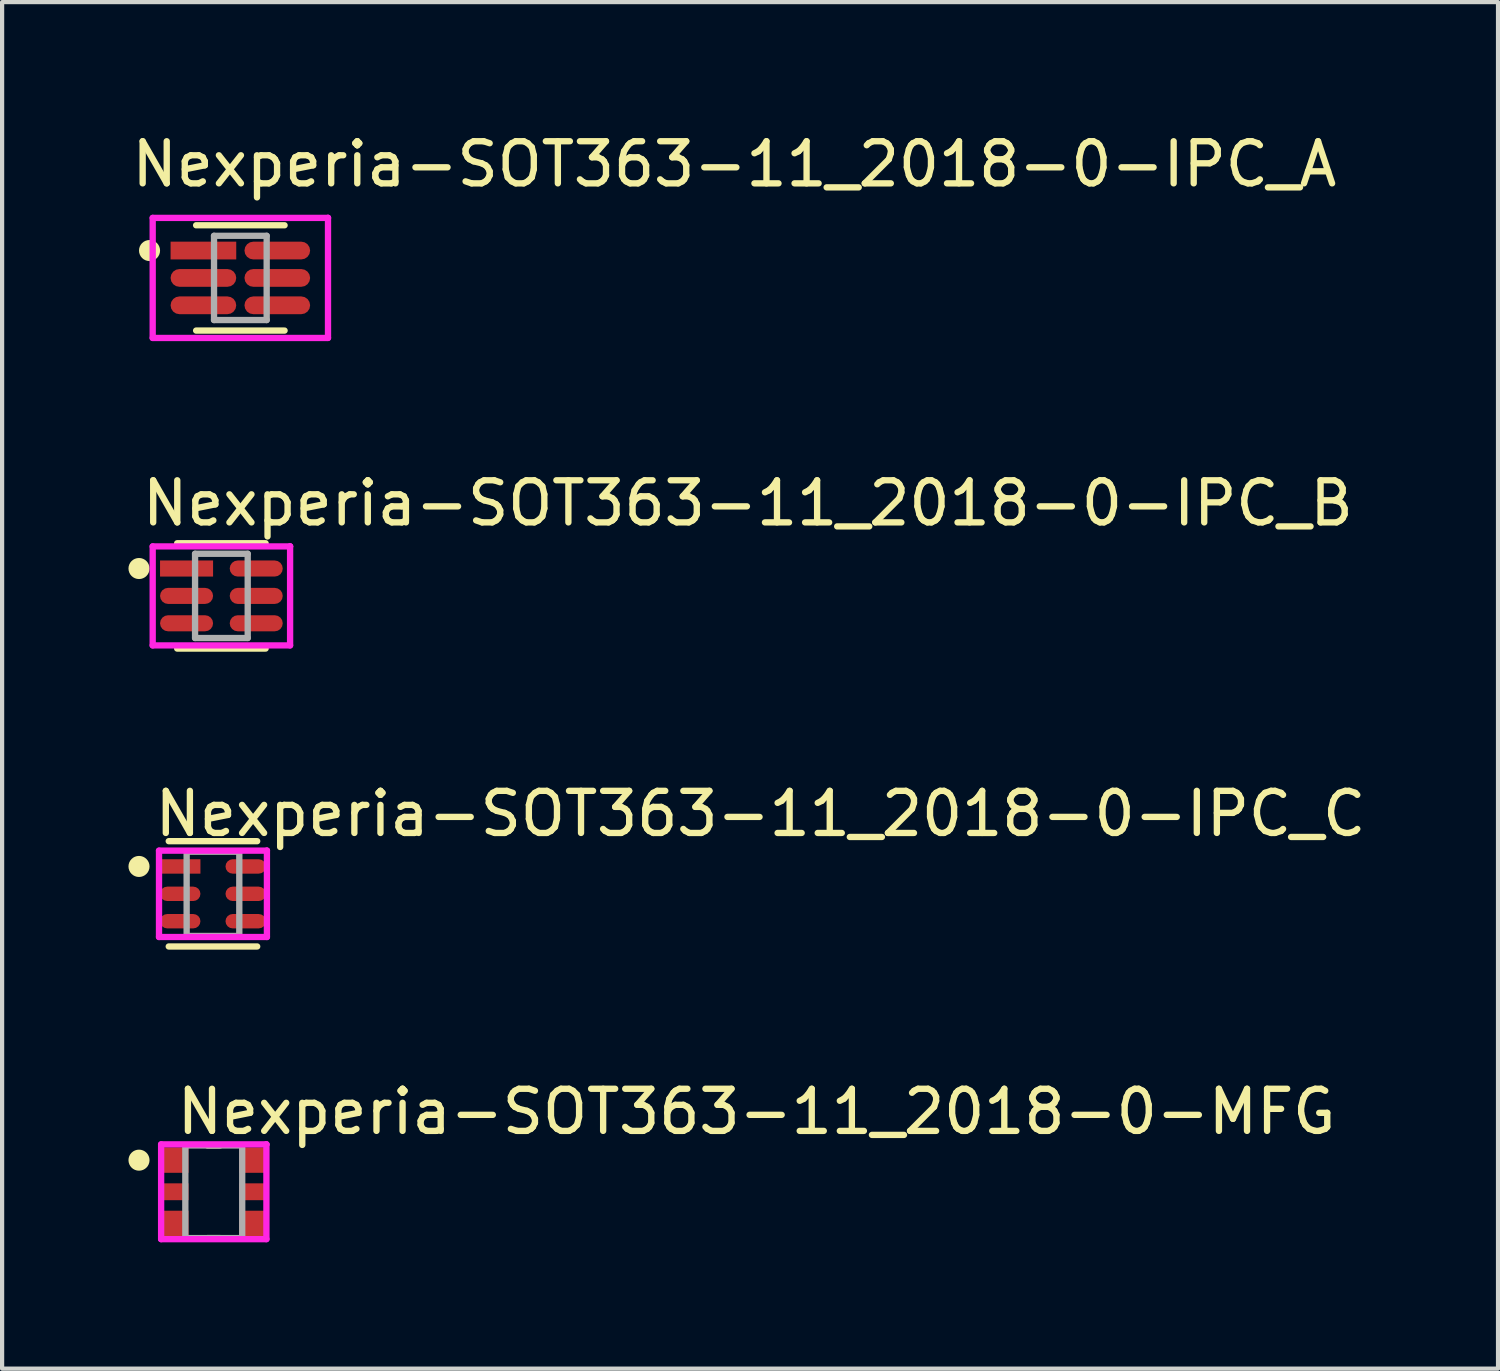
<source format=kicad_pcb>
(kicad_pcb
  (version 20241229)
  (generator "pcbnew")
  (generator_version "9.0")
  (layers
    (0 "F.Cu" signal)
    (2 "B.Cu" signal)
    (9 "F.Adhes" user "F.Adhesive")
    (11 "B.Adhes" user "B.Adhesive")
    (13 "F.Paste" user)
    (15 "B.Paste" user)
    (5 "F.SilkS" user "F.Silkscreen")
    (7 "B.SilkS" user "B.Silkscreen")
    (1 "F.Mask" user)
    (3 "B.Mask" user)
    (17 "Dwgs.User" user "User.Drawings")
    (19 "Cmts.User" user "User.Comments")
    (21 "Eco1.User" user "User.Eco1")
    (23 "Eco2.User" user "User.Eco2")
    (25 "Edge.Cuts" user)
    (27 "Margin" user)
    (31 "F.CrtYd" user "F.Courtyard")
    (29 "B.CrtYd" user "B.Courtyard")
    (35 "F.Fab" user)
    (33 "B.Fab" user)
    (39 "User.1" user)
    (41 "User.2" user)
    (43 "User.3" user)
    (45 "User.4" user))
  (footprint "Nexperia-SOT363-11_2018-0-IPC_C"
    (layer "F.Cu")
    (at 2.006 18.17)
    (property "Reference" "Nexperia-SOT363-11_2018-0-IPC_C" (at -1.456 -1.9 0) (layer "F.SilkS") (effects (font (size 1 1) (thickness 0.15)) (justify left)))
    (attr through_hole)
    (fp_line (start -1.05 -1.25) (end 1.05 -1.25) (stroke (width 0.15) (type solid)) (layer "F.SilkS"))
    (fp_line (start -1.05 1.25) (end 1.05 1.25) (stroke (width 0.15) (type solid)) (layer "F.SilkS"))
    (fp_circle (center -1.756 -0.65) (end -1.631 -0.65) (stroke (width 0.25) (type solid)) (fill no) (layer "F.SilkS"))
    (fp_line (start -1.281 -1.025) (end -1.281 1.025) (stroke (width 0.15) (type solid)) (layer "F.CrtYd"))
    (fp_line (start -1.281 1.025) (end 1.281 1.025) (stroke (width 0.15) (type solid)) (layer "F.CrtYd"))
    (fp_line (start 1.281 -1.025) (end -1.281 -1.025) (stroke (width 0.15) (type solid)) (layer "F.CrtYd"))
    (fp_line (start 1.281 -1.025) (end 1.281 -1.025) (stroke (width 0.15) (type solid)) (layer "F.CrtYd"))
    (fp_line (start 1.281 1.025) (end 1.281 -1.025) (stroke (width 0.15) (type solid)) (layer "F.CrtYd"))
    (fp_line (start -0.625 -1) (end 0.625 -1) (stroke (width 0.15) (type solid)) (layer "F.Fab"))
    (fp_line (start -0.625 1) (end -0.625 -1) (stroke (width 0.15) (type solid)) (layer "F.Fab"))
    (fp_line (start 0.625 -1) (end 0.625 1) (stroke (width 0.15) (type solid)) (layer "F.Fab"))
    (fp_line (start 0.625 1) (end -0.625 1) (stroke (width 0.15) (type solid)) (layer "F.Fab"))
    (pad "1" smd rect (at -0.777 -0.65) (size 0.959 0.342) (layers "F.Cu" "F.Mask" "F.Paste"))
    (pad "2" smd roundrect (at -0.777 0) (size 0.959 0.342) (layers "F.Cu" "F.Mask" "F.Paste") (roundrect_rratio 0.5))
    (pad "3" smd roundrect (at -0.777 0.65) (size 0.959 0.342) (layers "F.Cu" "F.Mask" "F.Paste") (roundrect_rratio 0.5))
    (pad "4" smd roundrect (at 0.777 0.65) (size 0.959 0.342) (layers "F.Cu" "F.Mask" "F.Paste") (roundrect_rratio 0.5))
    (pad "5" smd roundrect (at 0.777 0) (size 0.959 0.342) (layers "F.Cu" "F.Mask" "F.Paste") (roundrect_rratio 0.5))
    (pad "6" smd roundrect (at 0.777 -0.65) (size 0.959 0.342) (layers "F.Cu" "F.Mask" "F.Paste") (roundrect_rratio 0.5)))
  (footprint "Nexperia-SOT363-11_2018-0-IPC_B"
    (layer "F.Cu")
    (at 2.206 11.097)
    (property "Reference" "Nexperia-SOT363-11_2018-0-IPC_B" (at -1.956 -2.2 0) (layer "F.SilkS") (effects (font (size 1 1) (thickness 0.15)) (justify left)))
    (attr through_hole)
    (fp_line (start -1.05 -1.25) (end 1.05 -1.25) (stroke (width 0.15) (type solid)) (layer "F.SilkS"))
    (fp_line (start -1.05 1.25) (end 1.05 1.25) (stroke (width 0.15) (type solid)) (layer "F.SilkS"))
    (fp_circle (center -1.956 -0.65) (end -1.831 -0.65) (stroke (width 0.25) (type solid)) (fill no) (layer "F.SilkS"))
    (fp_line (start -1.631 -1.175) (end -1.631 1.175) (stroke (width 0.15) (type solid)) (layer "F.CrtYd"))
    (fp_line (start -1.631 1.175) (end 1.631 1.175) (stroke (width 0.15) (type solid)) (layer "F.CrtYd"))
    (fp_line (start 1.631 -1.175) (end -1.631 -1.175) (stroke (width 0.15) (type solid)) (layer "F.CrtYd"))
    (fp_line (start 1.631 -1.175) (end 1.631 -1.175) (stroke (width 0.15) (type solid)) (layer "F.CrtYd"))
    (fp_line (start 1.631 1.175) (end 1.631 -1.175) (stroke (width 0.15) (type solid)) (layer "F.CrtYd"))
    (fp_line (start -0.625 -1) (end 0.625 -1) (stroke (width 0.15) (type solid)) (layer "F.Fab"))
    (fp_line (start -0.625 1) (end -0.625 -1) (stroke (width 0.15) (type solid)) (layer "F.Fab"))
    (fp_line (start 0.625 -1) (end 0.625 1) (stroke (width 0.15) (type solid)) (layer "F.Fab"))
    (fp_line (start 0.625 1) (end -0.625 1) (stroke (width 0.15) (type solid)) (layer "F.Fab"))
    (pad "1" smd rect (at -0.827 -0.65) (size 1.259 0.382) (layers "F.Cu" "F.Mask" "F.Paste"))
    (pad "2" smd roundrect (at -0.827 0) (size 1.259 0.382) (layers "F.Cu" "F.Mask" "F.Paste") (roundrect_rratio 0.5))
    (pad "3" smd roundrect (at -0.827 0.65) (size 1.259 0.382) (layers "F.Cu" "F.Mask" "F.Paste") (roundrect_rratio 0.5))
    (pad "4" smd roundrect (at 0.827 0.65) (size 1.259 0.382) (layers "F.Cu" "F.Mask" "F.Paste") (roundrect_rratio 0.5))
    (pad "5" smd roundrect (at 0.827 0) (size 1.259 0.382) (layers "F.Cu" "F.Mask" "F.Paste") (roundrect_rratio 0.5))
    (pad "6" smd roundrect (at 0.827 -0.65) (size 1.259 0.382) (layers "F.Cu" "F.Mask" "F.Paste") (roundrect_rratio 0.5)))
  (footprint "Nexperia-SOT363-11_2018-0-MFG"
    (layer "F.Cu")
    (at 2.025 25.243)
    (property "Reference" "Nexperia-SOT363-11_2018-0-MFG" (at -0.95 -1.9 0) (layer "F.SilkS") (effects (font (size 1 1) (thickness 0.15)) (justify left)))
    (attr through_hole)
    (fp_line (start -0.15 -1.1) (end 0.15 -1.1) (stroke (width 0.15) (type solid)) (layer "F.SilkS"))
    (fp_line (start 0.15 1.1) (end -0.15 1.1) (stroke (width 0.15) (type solid)) (layer "F.SilkS"))
    (fp_circle (center -1.775 -0.75) (end -1.65 -0.75) (stroke (width 0.25) (type solid)) (fill no) (layer "F.SilkS"))
    (fp_line (start -1.25 -1.125) (end -1.25 1.125) (stroke (width 0.15) (type solid)) (layer "F.CrtYd"))
    (fp_line (start -1.25 1.125) (end 1.25 1.125) (stroke (width 0.15) (type solid)) (layer "F.CrtYd"))
    (fp_line (start 1.25 -1.125) (end -1.25 -1.125) (stroke (width 0.15) (type solid)) (layer "F.CrtYd"))
    (fp_line (start 1.25 -1.125) (end 1.25 -1.125) (stroke (width 0.15) (type solid)) (layer "F.CrtYd"))
    (fp_line (start 1.25 1.125) (end 1.25 -1.125) (stroke (width 0.15) (type solid)) (layer "F.CrtYd"))
    (fp_line (start -0.675 -1.1) (end 0.675 -1.1) (stroke (width 0.15) (type solid)) (layer "F.Fab"))
    (fp_line (start -0.675 1.1) (end -0.675 -1.1) (stroke (width 0.15) (type solid)) (layer "F.Fab"))
    (fp_line (start 0.675 -1.1) (end 0.675 1.1) (stroke (width 0.15) (type solid)) (layer "F.Fab"))
    (fp_line (start 0.675 1.1) (end -0.675 1.1) (stroke (width 0.15) (type solid)) (layer "F.Fab"))
    (pad "" smd rect (at -0.9 -0.75) (size 0.5 0.5) (layers "F.Paste"))
    (pad "" smd rect (at -0.9 0.75) (size 0.5 0.5) (layers "F.Paste"))
    (pad "" smd rect (at 0.9 -0.75) (size 0.5 0.5) (layers "F.Paste"))
    (pad "" smd rect (at 0.9 0.75) (size 0.5 0.5) (layers "F.Paste"))
    (pad "1" smd rect (at -0.9 -0.75) (size 0.6 0.6) (layers "F.Cu" "F.Mask"))
    (pad "2" smd rect (at -0.9 0) (size 0.6 0.4) (layers "F.Cu" "F.Mask" "F.Paste"))
    (pad "3" smd rect (at -0.9 0.75) (size 0.6 0.6) (layers "F.Cu" "F.Mask"))
    (pad "4" smd rect (at 0.9 0.75) (size 0.6 0.6) (layers "F.Cu" "F.Mask"))
    (pad "5" smd rect (at 0.9 0) (size 0.6 0.4) (layers "F.Cu" "F.Mask" "F.Paste"))
    (pad "6" smd rect (at 0.9 -0.75) (size 0.6 0.6) (layers "F.Cu" "F.Mask")))
  (footprint "Nexperia-SOT363-11_2018-0-IPC_A"
    (layer "F.Cu")
    (at 2.656 3.548)
    (property "Reference" "Nexperia-SOT363-11_2018-0-IPC_A" (at -2.656 -2.7 0) (layer "F.SilkS") (effects (font (size 1 1) (thickness 0.15)) (justify left)))
    (attr through_hole)
    (fp_line (start -1.05 -1.25) (end 1.05 -1.25) (stroke (width 0.15) (type solid)) (layer "F.SilkS"))
    (fp_line (start -1.05 1.25) (end 1.05 1.25) (stroke (width 0.15) (type solid)) (layer "F.SilkS"))
    (fp_circle (center -2.156 -0.65) (end -2.031 -0.65) (stroke (width 0.25) (type solid)) (fill no) (layer "F.SilkS"))
    (fp_line (start -2.081 -1.425) (end -2.081 1.425) (stroke (width 0.15) (type solid)) (layer "F.CrtYd"))
    (fp_line (start -2.081 1.425) (end 2.081 1.425) (stroke (width 0.15) (type solid)) (layer "F.CrtYd"))
    (fp_line (start 2.081 -1.425) (end -2.081 -1.425) (stroke (width 0.15) (type solid)) (layer "F.CrtYd"))
    (fp_line (start 2.081 -1.425) (end 2.081 -1.425) (stroke (width 0.15) (type solid)) (layer "F.CrtYd"))
    (fp_line (start 2.081 1.425) (end 2.081 -1.425) (stroke (width 0.15) (type solid)) (layer "F.CrtYd"))
    (fp_line (start -0.625 -1) (end 0.625 -1) (stroke (width 0.15) (type solid)) (layer "F.Fab"))
    (fp_line (start -0.625 1) (end -0.625 -1) (stroke (width 0.15) (type solid)) (layer "F.Fab"))
    (fp_line (start 0.625 -1) (end 0.625 1) (stroke (width 0.15) (type solid)) (layer "F.Fab"))
    (fp_line (start 0.625 1) (end -0.625 1) (stroke (width 0.15) (type solid)) (layer "F.Fab"))
    (pad "1" smd rect (at -0.877 -0.65) (size 1.559 0.422) (layers "F.Cu" "F.Mask" "F.Paste"))
    (pad "2" smd roundrect (at -0.877 0) (size 1.559 0.422) (layers "F.Cu" "F.Mask" "F.Paste") (roundrect_rratio 0.5))
    (pad "3" smd roundrect (at -0.877 0.65) (size 1.559 0.422) (layers "F.Cu" "F.Mask" "F.Paste") (roundrect_rratio 0.5))
    (pad "4" smd roundrect (at 0.877 0.65) (size 1.559 0.422) (layers "F.Cu" "F.Mask" "F.Paste") (roundrect_rratio 0.5))
    (pad "5" smd roundrect (at 0.877 0) (size 1.559 0.422) (layers "F.Cu" "F.Mask" "F.Paste") (roundrect_rratio 0.5))
    (pad "6" smd roundrect (at 0.877 -0.65) (size 1.559 0.422) (layers "F.Cu" "F.Mask" "F.Paste") (roundrect_rratio 0.5)))
  (gr_rect
    (start -3 -3)
    (end 32.514 29.443)
    (stroke (width 0.1) (type default))
    (fill no)
    (layer "Edge.Cuts")))
</source>
